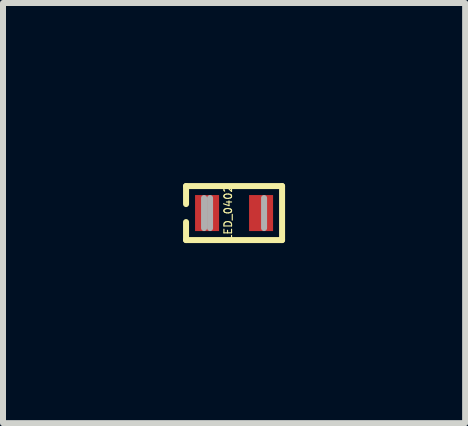
<source format=kicad_pcb>
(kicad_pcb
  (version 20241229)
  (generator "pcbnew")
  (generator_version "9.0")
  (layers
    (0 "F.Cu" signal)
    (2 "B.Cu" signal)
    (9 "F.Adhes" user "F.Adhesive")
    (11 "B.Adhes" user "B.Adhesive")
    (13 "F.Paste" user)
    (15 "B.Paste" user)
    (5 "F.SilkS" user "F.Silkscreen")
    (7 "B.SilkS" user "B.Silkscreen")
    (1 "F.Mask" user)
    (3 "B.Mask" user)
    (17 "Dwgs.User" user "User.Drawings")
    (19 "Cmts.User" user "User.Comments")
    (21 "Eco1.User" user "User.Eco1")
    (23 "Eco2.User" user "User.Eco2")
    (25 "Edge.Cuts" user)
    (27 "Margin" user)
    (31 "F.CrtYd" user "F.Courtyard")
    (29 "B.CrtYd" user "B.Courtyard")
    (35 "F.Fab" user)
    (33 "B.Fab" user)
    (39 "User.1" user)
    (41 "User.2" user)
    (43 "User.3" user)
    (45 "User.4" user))
  (footprint "LED_0402"
    (layer "F.Cu")
    (at 0.85 0.5)
    (property "Reference" "LED_0402" (at -0.1 0 90) (layer "F.SilkS") (effects (font (size 0.127 0.127) (thickness 0.019))))
    (attr smd)
    (fp_line (start -0.8 -0.45) (end -0.8 -0.15) (stroke (width 0.1) (type solid)) (layer "F.SilkS"))
    (fp_line (start -0.8 -0.45) (end 0.8 -0.45) (stroke (width 0.1) (type solid)) (layer "F.SilkS"))
    (fp_line (start -0.8 0.45) (end -0.8 0.15) (stroke (width 0.1) (type solid)) (layer "F.SilkS"))
    (fp_line (start 0.8 0.45) (end -0.8 0.45) (stroke (width 0.1) (type solid)) (layer "F.SilkS"))
    (fp_line (start 0.8 0.45) (end 0.8 -0.45) (stroke (width 0.1) (type solid)) (layer "F.SilkS"))
    (fp_line (start -0.5 0.25) (end -0.5 -0.25) (stroke (width 0.1) (type solid)) (layer "F.Fab"))
    (fp_line (start -0.4 0.25) (end -0.4 -0.25) (stroke (width 0.1) (type solid)) (layer "F.Fab"))
    (fp_line (start 0.5 -0.25) (end 0.5 0.25) (stroke (width 0.1) (type solid)) (layer "F.Fab"))
    (pad "1" smd rect (at -0.45 0) (size 0.4 0.6) (layers "F.Cu" "F.Mask" "F.Paste"))
    (pad "2" smd rect (at 0.45 0) (size 0.4 0.6) (layers "F.Cu" "F.Mask" "F.Paste")))
  (gr_rect
    (start -3 -3)
    (end 4.7 4)
    (stroke (width 0.1) (type default))
    (fill no)
    (layer "Edge.Cuts")))
</source>
